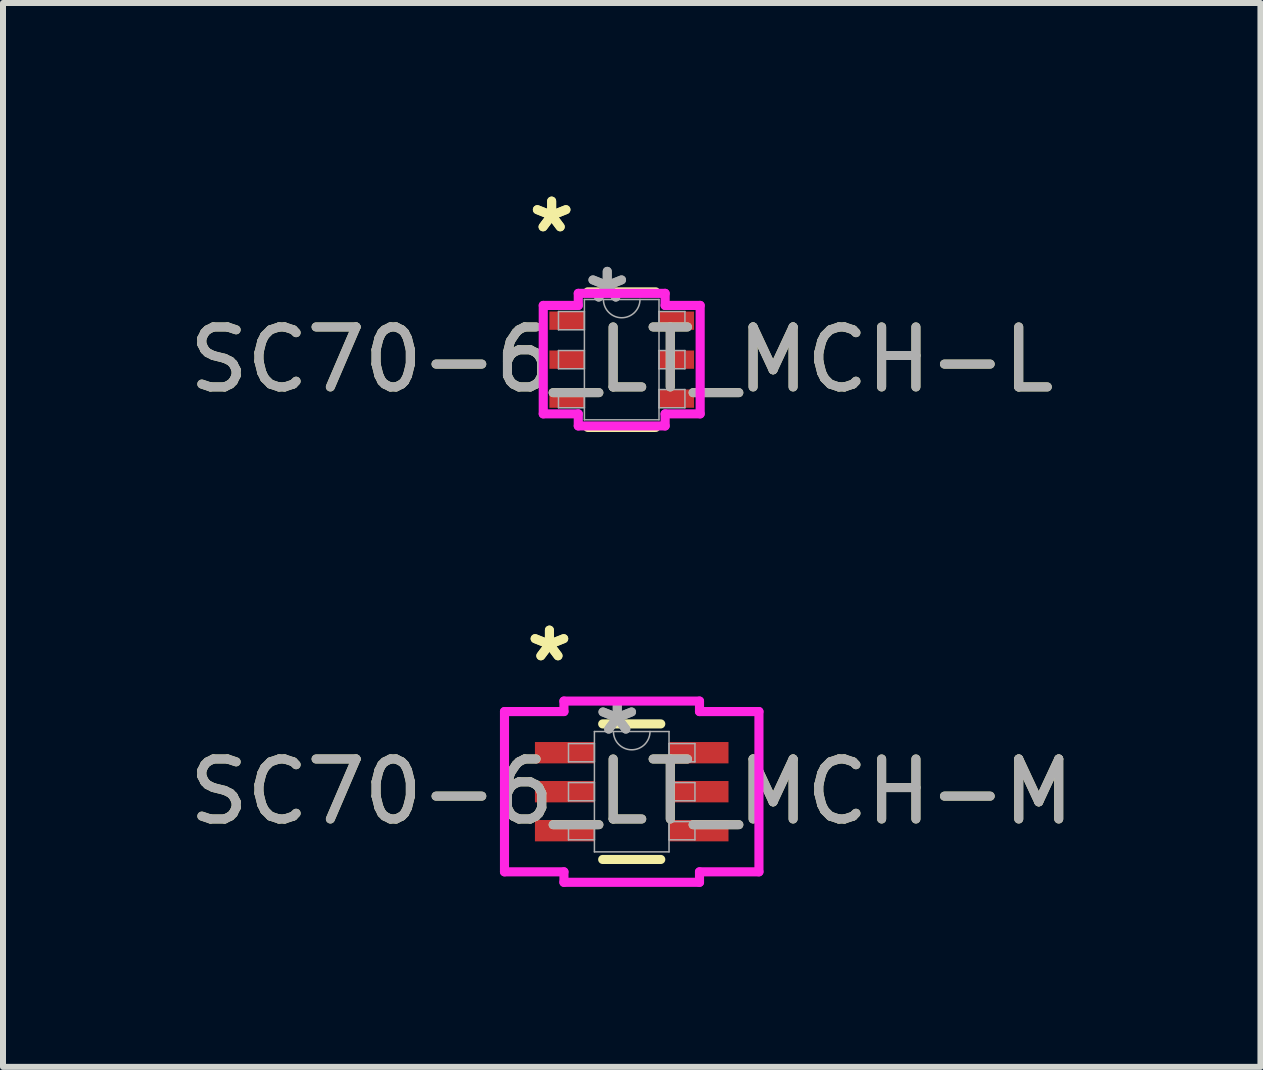
<source format=kicad_pcb>
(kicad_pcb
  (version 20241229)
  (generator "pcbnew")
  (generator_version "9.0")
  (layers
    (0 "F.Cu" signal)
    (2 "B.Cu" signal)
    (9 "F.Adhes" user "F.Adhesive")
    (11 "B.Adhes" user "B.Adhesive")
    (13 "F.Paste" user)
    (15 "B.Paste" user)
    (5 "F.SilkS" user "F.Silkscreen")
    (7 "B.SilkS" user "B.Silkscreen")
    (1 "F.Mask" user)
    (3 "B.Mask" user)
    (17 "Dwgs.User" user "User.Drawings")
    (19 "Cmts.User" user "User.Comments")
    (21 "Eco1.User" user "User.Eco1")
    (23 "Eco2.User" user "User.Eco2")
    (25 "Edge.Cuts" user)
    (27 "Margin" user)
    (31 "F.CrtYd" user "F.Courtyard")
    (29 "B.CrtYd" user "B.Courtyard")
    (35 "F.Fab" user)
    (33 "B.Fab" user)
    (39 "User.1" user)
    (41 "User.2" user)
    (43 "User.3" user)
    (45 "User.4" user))
  (footprint "SC70-6_LT_MCH-L"
    (layer "F.Cu")
    (at 7.315 2.946)
    (property "Reference" "SC70-6_LT_MCH-L" (at 0 0 0) (unlocked yes) (layer "F.SilkS") (effects (font (size 1 1) (thickness 0.15))))
    (attr smd)
    (fp_line (start -0.566 1.13) (end 0.566 1.13) (stroke (width 0.152) (type solid)) (layer "F.SilkS"))
    (fp_line (start 0.566 -1.13) (end -0.566 -1.13) (stroke (width 0.152) (type solid)) (layer "F.SilkS"))
    (fp_line (start -1.308 -0.904) (end -0.724 -0.904) (stroke (width 0.152) (type solid)) (layer "F.CrtYd"))
    (fp_line (start -1.308 0.904) (end -1.308 -0.904) (stroke (width 0.152) (type solid)) (layer "F.CrtYd"))
    (fp_line (start -1.308 0.904) (end -0.724 0.904) (stroke (width 0.152) (type solid)) (layer "F.CrtYd"))
    (fp_line (start -0.724 -1.105) (end 0.724 -1.105) (stroke (width 0.152) (type solid)) (layer "F.CrtYd"))
    (fp_line (start -0.724 -0.904) (end -0.724 -1.105) (stroke (width 0.152) (type solid)) (layer "F.CrtYd"))
    (fp_line (start -0.724 1.105) (end -0.724 0.904) (stroke (width 0.152) (type solid)) (layer "F.CrtYd"))
    (fp_line (start 0.724 -1.105) (end 0.724 -0.904) (stroke (width 0.152) (type solid)) (layer "F.CrtYd"))
    (fp_line (start 0.724 0.904) (end 0.724 1.105) (stroke (width 0.152) (type solid)) (layer "F.CrtYd"))
    (fp_line (start 0.724 1.105) (end -0.724 1.105) (stroke (width 0.152) (type solid)) (layer "F.CrtYd"))
    (fp_line (start 1.308 -0.904) (end 0.724 -0.904) (stroke (width 0.152) (type solid)) (layer "F.CrtYd"))
    (fp_line (start 1.308 -0.904) (end 1.308 0.904) (stroke (width 0.152) (type solid)) (layer "F.CrtYd"))
    (fp_line (start 1.308 0.904) (end 0.724 0.904) (stroke (width 0.152) (type solid)) (layer "F.CrtYd"))
    (fp_line (start -1.054 -0.802) (end -1.054 -0.498) (stroke (width 0.025) (type solid)) (layer "F.Fab"))
    (fp_line (start -1.054 -0.498) (end -0.622 -0.498) (stroke (width 0.025) (type solid)) (layer "F.Fab"))
    (fp_line (start -1.054 -0.152) (end -1.054 0.152) (stroke (width 0.025) (type solid)) (layer "F.Fab"))
    (fp_line (start -1.054 0.152) (end -0.622 0.152) (stroke (width 0.025) (type solid)) (layer "F.Fab"))
    (fp_line (start -1.054 0.498) (end -1.054 0.802) (stroke (width 0.025) (type solid)) (layer "F.Fab"))
    (fp_line (start -1.054 0.802) (end -0.622 0.802) (stroke (width 0.025) (type solid)) (layer "F.Fab"))
    (fp_line (start -0.622 -1.003) (end -0.622 1.003) (stroke (width 0.025) (type solid)) (layer "F.Fab"))
    (fp_line (start -0.622 -0.802) (end -1.054 -0.802) (stroke (width 0.025) (type solid)) (layer "F.Fab"))
    (fp_line (start -0.622 -0.498) (end -0.622 -0.802) (stroke (width 0.025) (type solid)) (layer "F.Fab"))
    (fp_line (start -0.622 -0.152) (end -1.054 -0.152) (stroke (width 0.025) (type solid)) (layer "F.Fab"))
    (fp_line (start -0.622 0.152) (end -0.622 -0.152) (stroke (width 0.025) (type solid)) (layer "F.Fab"))
    (fp_line (start -0.622 0.498) (end -1.054 0.498) (stroke (width 0.025) (type solid)) (layer "F.Fab"))
    (fp_line (start -0.622 0.802) (end -0.622 0.498) (stroke (width 0.025) (type solid)) (layer "F.Fab"))
    (fp_line (start -0.622 1.003) (end 0.622 1.003) (stroke (width 0.025) (type solid)) (layer "F.Fab"))
    (fp_line (start 0.622 -1.003) (end -0.622 -1.003) (stroke (width 0.025) (type solid)) (layer "F.Fab"))
    (fp_line (start 0.622 -0.802) (end 0.622 -0.498) (stroke (width 0.025) (type solid)) (layer "F.Fab"))
    (fp_line (start 0.622 -0.498) (end 1.054 -0.498) (stroke (width 0.025) (type solid)) (layer "F.Fab"))
    (fp_line (start 0.622 -0.152) (end 0.622 0.152) (stroke (width 0.025) (type solid)) (layer "F.Fab"))
    (fp_line (start 0.622 0.152) (end 1.054 0.152) (stroke (width 0.025) (type solid)) (layer "F.Fab"))
    (fp_line (start 0.622 0.498) (end 0.622 0.802) (stroke (width 0.025) (type solid)) (layer "F.Fab"))
    (fp_line (start 0.622 0.802) (end 1.054 0.802) (stroke (width 0.025) (type solid)) (layer "F.Fab"))
    (fp_line (start 0.622 1.003) (end 0.622 -1.003) (stroke (width 0.025) (type solid)) (layer "F.Fab"))
    (fp_line (start 1.054 -0.802) (end 0.622 -0.802) (stroke (width 0.025) (type solid)) (layer "F.Fab"))
    (fp_line (start 1.054 -0.498) (end 1.054 -0.802) (stroke (width 0.025) (type solid)) (layer "F.Fab"))
    (fp_line (start 1.054 -0.152) (end 0.622 -0.152) (stroke (width 0.025) (type solid)) (layer "F.Fab"))
    (fp_line (start 1.054 0.152) (end 1.054 -0.152) (stroke (width 0.025) (type solid)) (layer "F.Fab"))
    (fp_line (start 1.054 0.498) (end 0.622 0.498) (stroke (width 0.025) (type solid)) (layer "F.Fab"))
    (fp_line (start 1.054 0.802) (end 1.054 0.498) (stroke (width 0.025) (type solid)) (layer "F.Fab"))
    (fp_arc (start 0.3048 -1.0033) (mid 0 -0.6985) (end -0.3048 -1.0033) (stroke (width 0.0254) (type solid)) (layer "F.Fab"))
    (fp_text user "*" (at -1.168 -2.098 0) (unlocked yes) (layer "F.SilkS") (effects (font (size 1 1) (thickness 0.15))))
    (fp_text user "*" (at -1.168 -2.098 0) (layer "F.SilkS") (effects (font (size 1 1) (thickness 0.15))))
    (fp_text user "${REFERENCE}" (at 0 0 0) (unlocked yes) (layer "F.Fab") (effects (font (size 1 1) (thickness 0.15))))
    (fp_text user "*" (at -0.241 -0.927 0) (layer "F.Fab") (effects (font (size 1 1) (thickness 0.15))))
    (fp_text user "*" (at -0.241 -0.927 0) (unlocked yes) (layer "F.Fab") (effects (font (size 1 1) (thickness 0.15))))
    (pad "1" smd rect (at -0.914 -0.65) (size 0.584 0.305) (layers "F.Cu" "F.Mask" "F.Paste"))
    (pad "2" smd rect (at -0.914 0) (size 0.584 0.305) (layers "F.Cu" "F.Mask" "F.Paste"))
    (pad "3" smd rect (at -0.914 0.65) (size 0.584 0.305) (layers "F.Cu" "F.Mask" "F.Paste"))
    (pad "4" smd rect (at 0.914 0.65) (size 0.584 0.305) (layers "F.Cu" "F.Mask" "F.Paste"))
    (pad "5" smd rect (at 0.914 0) (size 0.584 0.305) (layers "F.Cu" "F.Mask" "F.Paste"))
    (pad "6" smd rect (at 0.914 -0.65) (size 0.584 0.305) (layers "F.Cu" "F.Mask" "F.Paste")))
  (footprint "SC70-6_LT_MCH-M"
    (layer "F.Cu")
    (at 7.482 10.149)
    (property "Reference" "SC70-6_LT_MCH-M" (at 0 0 0) (unlocked yes) (layer "F.SilkS") (effects (font (size 1 1) (thickness 0.15))))
    (attr smd)
    (fp_line (start -0.484 1.13) (end 0.484 1.13) (stroke (width 0.152) (type solid)) (layer "F.SilkS"))
    (fp_line (start 0.484 -1.13) (end -0.484 -1.13) (stroke (width 0.152) (type solid)) (layer "F.SilkS"))
    (fp_line (start -2.121 -1.336) (end -1.13 -1.336) (stroke (width 0.152) (type solid)) (layer "F.CrtYd"))
    (fp_line (start -2.121 1.336) (end -2.121 -1.336) (stroke (width 0.152) (type solid)) (layer "F.CrtYd"))
    (fp_line (start -2.121 1.336) (end -1.13 1.336) (stroke (width 0.152) (type solid)) (layer "F.CrtYd"))
    (fp_line (start -1.13 -1.511) (end 1.13 -1.511) (stroke (width 0.152) (type solid)) (layer "F.CrtYd"))
    (fp_line (start -1.13 -1.336) (end -1.13 -1.511) (stroke (width 0.152) (type solid)) (layer "F.CrtYd"))
    (fp_line (start -1.13 1.511) (end -1.13 1.336) (stroke (width 0.152) (type solid)) (layer "F.CrtYd"))
    (fp_line (start 1.13 -1.511) (end 1.13 -1.336) (stroke (width 0.152) (type solid)) (layer "F.CrtYd"))
    (fp_line (start 1.13 1.336) (end 1.13 1.511) (stroke (width 0.152) (type solid)) (layer "F.CrtYd"))
    (fp_line (start 1.13 1.511) (end -1.13 1.511) (stroke (width 0.152) (type solid)) (layer "F.CrtYd"))
    (fp_line (start 2.121 -1.336) (end 1.13 -1.336) (stroke (width 0.152) (type solid)) (layer "F.CrtYd"))
    (fp_line (start 2.121 -1.336) (end 2.121 1.336) (stroke (width 0.152) (type solid)) (layer "F.CrtYd"))
    (fp_line (start 2.121 1.336) (end 1.13 1.336) (stroke (width 0.152) (type solid)) (layer "F.CrtYd"))
    (fp_line (start -1.054 -0.802) (end -1.054 -0.498) (stroke (width 0.025) (type solid)) (layer "F.Fab"))
    (fp_line (start -1.054 -0.498) (end -0.622 -0.498) (stroke (width 0.025) (type solid)) (layer "F.Fab"))
    (fp_line (start -1.054 -0.152) (end -1.054 0.152) (stroke (width 0.025) (type solid)) (layer "F.Fab"))
    (fp_line (start -1.054 0.152) (end -0.622 0.152) (stroke (width 0.025) (type solid)) (layer "F.Fab"))
    (fp_line (start -1.054 0.498) (end -1.054 0.802) (stroke (width 0.025) (type solid)) (layer "F.Fab"))
    (fp_line (start -1.054 0.802) (end -0.622 0.802) (stroke (width 0.025) (type solid)) (layer "F.Fab"))
    (fp_line (start -0.622 -1.003) (end -0.622 1.003) (stroke (width 0.025) (type solid)) (layer "F.Fab"))
    (fp_line (start -0.622 -0.802) (end -1.054 -0.802) (stroke (width 0.025) (type solid)) (layer "F.Fab"))
    (fp_line (start -0.622 -0.498) (end -0.622 -0.802) (stroke (width 0.025) (type solid)) (layer "F.Fab"))
    (fp_line (start -0.622 -0.152) (end -1.054 -0.152) (stroke (width 0.025) (type solid)) (layer "F.Fab"))
    (fp_line (start -0.622 0.152) (end -0.622 -0.152) (stroke (width 0.025) (type solid)) (layer "F.Fab"))
    (fp_line (start -0.622 0.498) (end -1.054 0.498) (stroke (width 0.025) (type solid)) (layer "F.Fab"))
    (fp_line (start -0.622 0.802) (end -0.622 0.498) (stroke (width 0.025) (type solid)) (layer "F.Fab"))
    (fp_line (start -0.622 1.003) (end 0.622 1.003) (stroke (width 0.025) (type solid)) (layer "F.Fab"))
    (fp_line (start 0.622 -1.003) (end -0.622 -1.003) (stroke (width 0.025) (type solid)) (layer "F.Fab"))
    (fp_line (start 0.622 -0.802) (end 0.622 -0.498) (stroke (width 0.025) (type solid)) (layer "F.Fab"))
    (fp_line (start 0.622 -0.498) (end 1.054 -0.498) (stroke (width 0.025) (type solid)) (layer "F.Fab"))
    (fp_line (start 0.622 -0.152) (end 0.622 0.152) (stroke (width 0.025) (type solid)) (layer "F.Fab"))
    (fp_line (start 0.622 0.152) (end 1.054 0.152) (stroke (width 0.025) (type solid)) (layer "F.Fab"))
    (fp_line (start 0.622 0.498) (end 0.622 0.802) (stroke (width 0.025) (type solid)) (layer "F.Fab"))
    (fp_line (start 0.622 0.802) (end 1.054 0.802) (stroke (width 0.025) (type solid)) (layer "F.Fab"))
    (fp_line (start 0.622 1.003) (end 0.622 -1.003) (stroke (width 0.025) (type solid)) (layer "F.Fab"))
    (fp_line (start 1.054 -0.802) (end 0.622 -0.802) (stroke (width 0.025) (type solid)) (layer "F.Fab"))
    (fp_line (start 1.054 -0.498) (end 1.054 -0.802) (stroke (width 0.025) (type solid)) (layer "F.Fab"))
    (fp_line (start 1.054 -0.152) (end 0.622 -0.152) (stroke (width 0.025) (type solid)) (layer "F.Fab"))
    (fp_line (start 1.054 0.152) (end 1.054 -0.152) (stroke (width 0.025) (type solid)) (layer "F.Fab"))
    (fp_line (start 1.054 0.498) (end 0.622 0.498) (stroke (width 0.025) (type solid)) (layer "F.Fab"))
    (fp_line (start 1.054 0.802) (end 1.054 0.498) (stroke (width 0.025) (type solid)) (layer "F.Fab"))
    (fp_arc (start 0.3048 -1.0033) (mid 0 -0.6985) (end -0.3048 -1.0033) (stroke (width 0.0254) (type solid)) (layer "F.Fab"))
    (fp_text user "*" (at -1.372 -2.149 0) (layer "F.SilkS") (effects (font (size 1 1) (thickness 0.15))))
    (fp_text user "*" (at -1.372 -2.149 0) (unlocked yes) (layer "F.SilkS") (effects (font (size 1 1) (thickness 0.15))))
    (fp_text user "${REFERENCE}" (at 0 0 0) (unlocked yes) (layer "F.Fab") (effects (font (size 1 1) (thickness 0.15))))
    (fp_text user "*" (at -0.241 -0.927 0) (layer "F.Fab") (effects (font (size 1 1) (thickness 0.15))))
    (fp_text user "*" (at -0.241 -0.927 0) (unlocked yes) (layer "F.Fab") (effects (font (size 1 1) (thickness 0.15))))
    (pad "1" smd rect (at -1.118 -0.65) (size 0.991 0.356) (layers "F.Cu" "F.Mask" "F.Paste"))
    (pad "2" smd rect (at -1.118 0) (size 0.991 0.356) (layers "F.Cu" "F.Mask" "F.Paste"))
    (pad "3" smd rect (at -1.118 0.65) (size 0.991 0.356) (layers "F.Cu" "F.Mask" "F.Paste"))
    (pad "4" smd rect (at 1.118 0.65) (size 0.991 0.356) (layers "F.Cu" "F.Mask" "F.Paste"))
    (pad "5" smd rect (at 1.118 0) (size 0.991 0.356) (layers "F.Cu" "F.Mask" "F.Paste"))
    (pad "6" smd rect (at 1.118 -0.65) (size 0.991 0.356) (layers "F.Cu" "F.Mask" "F.Paste")))
  (gr_rect
    (start -3 -3)
    (end 17.964 14.737)
    (stroke (width 0.1) (type default))
    (fill no)
    (layer "Edge.Cuts")))
</source>
